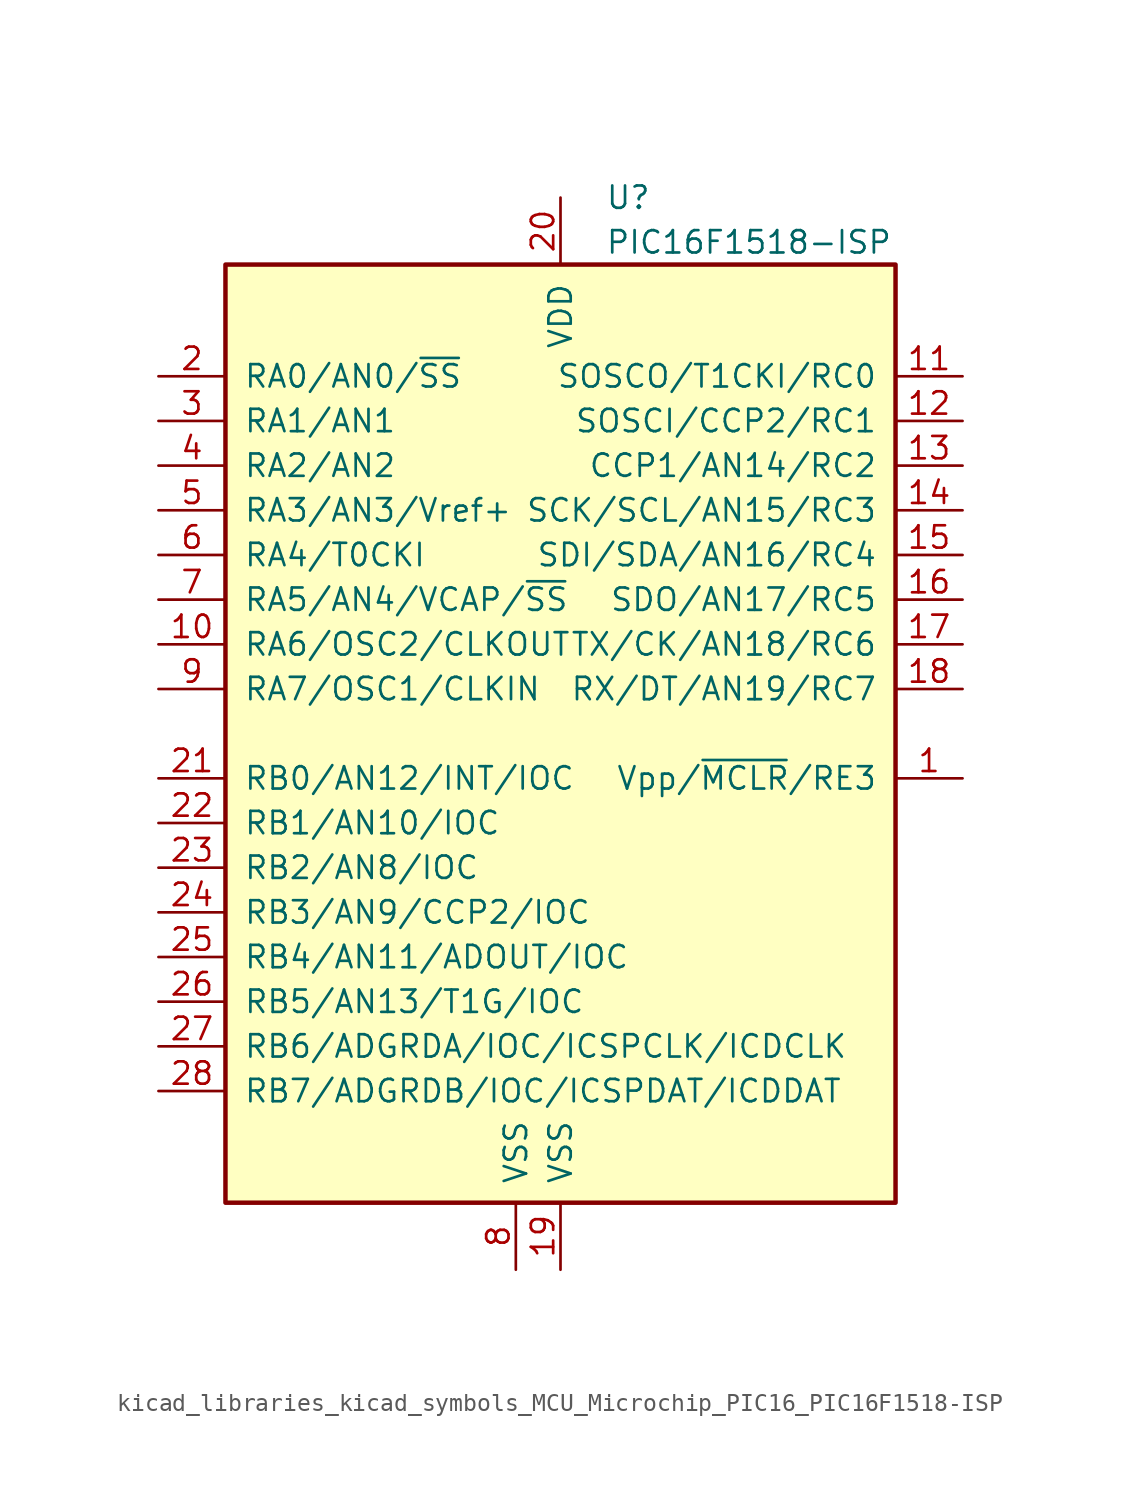
<source format=kicad_sym>
(kicad_symbol_lib
  (version 20220914)
  (generator kicad_symbol_editor)
  (symbol "kicad_libraries_kicad_symbols_MCU_Microchip_PIC16_PIC16F1518-ISP"
    (pin_names
      (offset 1.016))
    (property "Reference" "U"
      (at 2.54 30.48 0)
      (effects (font (size 1.27 1.27)) (justify left)))
    (property "Value" "PIC16F1518-ISP"
      (at 2.54 27.94 0)
      (effects (font (size 1.27 1.27)) (justify left)))
    (symbol "kicad_libraries_kicad_symbols_MCU_Microchip_PIC16_PIC16F1518-ISP_0_1"
      (rectangle (start -19.05 26.67) (end 19.05 -26.67) (stroke (width 0.254) (type default)) (fill (type background))))
    (symbol "kicad_libraries_kicad_symbols_MCU_Microchip_PIC16_PIC16F1518-ISP_1_1"
      (pin input line (at 22.86 -2.54 180) (length 3.81) (name "Vpp/~{MCLR}/RE3" (effects (font (size 1.27 1.27)))) (number "1" (effects (font (size 1.27 1.27)))))
      (pin bidirectional line (at -22.86 5.08 0) (length 3.81) (name "RA6/OSC2/CLKOUT" (effects (font (size 1.27 1.27)))) (number "10" (effects (font (size 1.27 1.27)))))
      (pin bidirectional line (at 22.86 20.32 180) (length 3.81) (name "SOSCO/T1CKI/RC0" (effects (font (size 1.27 1.27)))) (number "11" (effects (font (size 1.27 1.27)))))
      (pin bidirectional line (at 22.86 17.78 180) (length 3.81) (name "SOSCI/CCP2/RC1" (effects (font (size 1.27 1.27)))) (number "12" (effects (font (size 1.27 1.27)))))
      (pin bidirectional line (at 22.86 15.24 180) (length 3.81) (name "CCP1/AN14/RC2" (effects (font (size 1.27 1.27)))) (number "13" (effects (font (size 1.27 1.27)))))
      (pin bidirectional line (at 22.86 12.7 180) (length 3.81) (name "SCK/SCL/AN15/RC3" (effects (font (size 1.27 1.27)))) (number "14" (effects (font (size 1.27 1.27)))))
      (pin bidirectional line (at 22.86 10.16 180) (length 3.81) (name "SDI/SDA/AN16/RC4" (effects (font (size 1.27 1.27)))) (number "15" (effects (font (size 1.27 1.27)))))
      (pin bidirectional line (at 22.86 7.62 180) (length 3.81) (name "SDO/AN17/RC5" (effects (font (size 1.27 1.27)))) (number "16" (effects (font (size 1.27 1.27)))))
      (pin bidirectional line (at 22.86 5.08 180) (length 3.81) (name "TX/CK/AN18/RC6" (effects (font (size 1.27 1.27)))) (number "17" (effects (font (size 1.27 1.27)))))
      (pin bidirectional line (at 22.86 2.54 180) (length 3.81) (name "RX/DT/AN19/RC7" (effects (font (size 1.27 1.27)))) (number "18" (effects (font (size 1.27 1.27)))))
      (pin power_in line (at 0 -30.48 90) (length 3.81) (name "VSS" (effects (font (size 1.27 1.27)))) (number "19" (effects (font (size 1.27 1.27)))))
      (pin bidirectional line (at -22.86 20.32 0) (length 3.81) (name "RA0/AN0/~{SS}" (effects (font (size 1.27 1.27)))) (number "2" (effects (font (size 1.27 1.27)))))
      (pin power_in line (at 0 30.48 270) (length 3.81) (name "VDD" (effects (font (size 1.27 1.27)))) (number "20" (effects (font (size 1.27 1.27)))))
      (pin bidirectional line (at -22.86 -2.54 0) (length 3.81) (name "RB0/AN12/INT/IOC" (effects (font (size 1.27 1.27)))) (number "21" (effects (font (size 1.27 1.27)))))
      (pin bidirectional line (at -22.86 -5.08 0) (length 3.81) (name "RB1/AN10/IOC" (effects (font (size 1.27 1.27)))) (number "22" (effects (font (size 1.27 1.27)))))
      (pin bidirectional line (at -22.86 -7.62 0) (length 3.81) (name "RB2/AN8/IOC" (effects (font (size 1.27 1.27)))) (number "23" (effects (font (size 1.27 1.27)))))
      (pin bidirectional line (at -22.86 -10.16 0) (length 3.81) (name "RB3/AN9/CCP2/IOC" (effects (font (size 1.27 1.27)))) (number "24" (effects (font (size 1.27 1.27)))))
      (pin bidirectional line (at -22.86 -12.7 0) (length 3.81) (name "RB4/AN11/ADOUT/IOC" (effects (font (size 1.27 1.27)))) (number "25" (effects (font (size 1.27 1.27)))))
      (pin bidirectional line (at -22.86 -15.24 0) (length 3.81) (name "RB5/AN13/T1G/IOC" (effects (font (size 1.27 1.27)))) (number "26" (effects (font (size 1.27 1.27)))))
      (pin bidirectional line (at -22.86 -17.78 0) (length 3.81) (name "RB6/ADGRDA/IOC/ICSPCLK/ICDCLK" (effects (font (size 1.27 1.27)))) (number "27" (effects (font (size 1.27 1.27)))))
      (pin bidirectional line (at -22.86 -20.32 0) (length 3.81) (name "RB7/ADGRDB/IOC/ICSPDAT/ICDDAT" (effects (font (size 1.27 1.27)))) (number "28" (effects (font (size 1.27 1.27)))))
      (pin bidirectional line (at -22.86 17.78 0) (length 3.81) (name "RA1/AN1" (effects (font (size 1.27 1.27)))) (number "3" (effects (font (size 1.27 1.27)))))
      (pin bidirectional line (at -22.86 15.24 0) (length 3.81) (name "RA2/AN2" (effects (font (size 1.27 1.27)))) (number "4" (effects (font (size 1.27 1.27)))))
      (pin bidirectional line (at -22.86 12.7 0) (length 3.81) (name "RA3/AN3/Vref+" (effects (font (size 1.27 1.27)))) (number "5" (effects (font (size 1.27 1.27)))))
      (pin bidirectional line (at -22.86 10.16 0) (length 3.81) (name "RA4/T0CKI" (effects (font (size 1.27 1.27)))) (number "6" (effects (font (size 1.27 1.27)))))
      (pin bidirectional line (at -22.86 7.62 0) (length 3.81) (name "RA5/AN4/VCAP/~{SS}" (effects (font (size 1.27 1.27)))) (number "7" (effects (font (size 1.27 1.27)))))
      (pin power_in line (at -2.54 -30.48 90) (length 3.81) (name "VSS" (effects (font (size 1.27 1.27)))) (number "8" (effects (font (size 1.27 1.27)))))
      (pin bidirectional line (at -22.86 2.54 0) (length 3.81) (name "RA7/OSC1/CLKIN" (effects (font (size 1.27 1.27)))) (number "9" (effects (font (size 1.27 1.27))))))))
</source>
